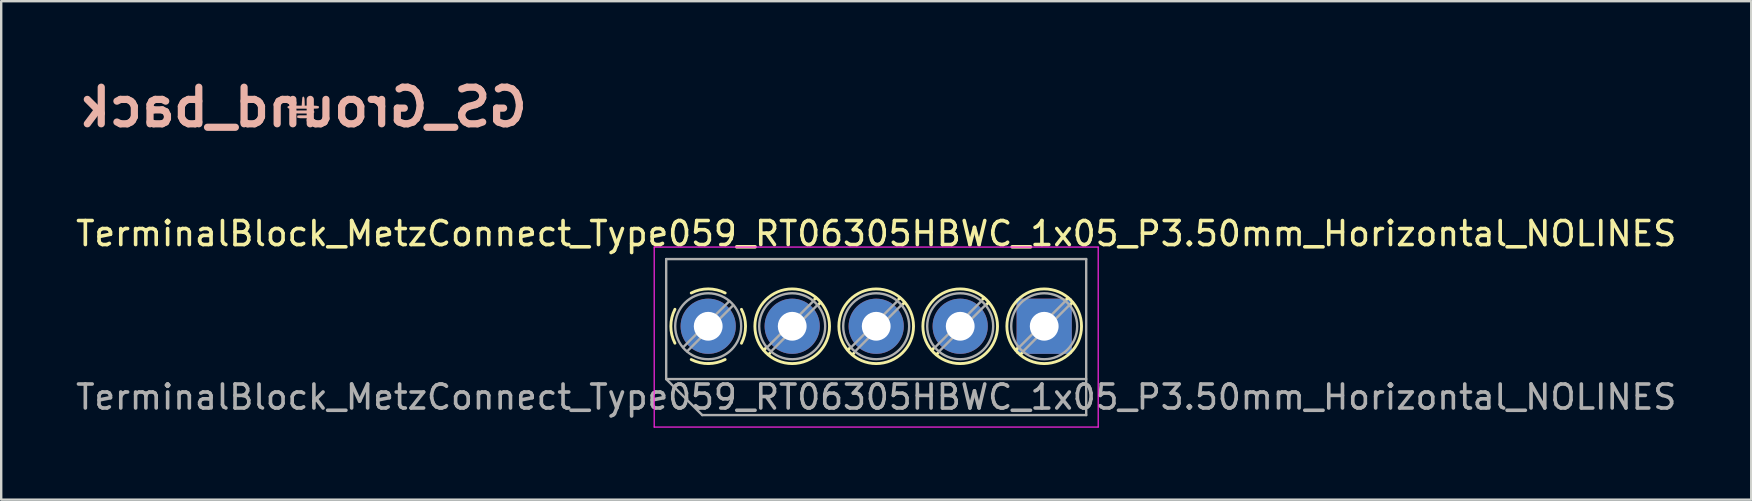
<source format=kicad_pcb>
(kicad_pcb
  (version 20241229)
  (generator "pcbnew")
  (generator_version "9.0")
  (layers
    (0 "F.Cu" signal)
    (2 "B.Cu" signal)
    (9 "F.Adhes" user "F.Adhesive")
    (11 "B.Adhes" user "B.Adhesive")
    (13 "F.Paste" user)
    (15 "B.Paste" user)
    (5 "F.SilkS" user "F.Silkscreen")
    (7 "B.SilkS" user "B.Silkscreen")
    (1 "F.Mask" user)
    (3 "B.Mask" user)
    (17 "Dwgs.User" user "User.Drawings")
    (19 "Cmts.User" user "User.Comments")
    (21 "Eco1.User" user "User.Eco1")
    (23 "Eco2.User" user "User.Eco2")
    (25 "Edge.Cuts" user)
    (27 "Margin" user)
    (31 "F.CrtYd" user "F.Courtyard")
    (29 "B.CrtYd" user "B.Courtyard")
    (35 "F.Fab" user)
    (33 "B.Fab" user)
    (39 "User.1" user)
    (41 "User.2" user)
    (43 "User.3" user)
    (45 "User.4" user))
  (footprint "GS_Ground_back"
    (layer "F.Cu")
    (at 9.587 1.418)
    (property "Reference" "GS_Ground_back" (at 0 0 0) (layer "B.SilkS") (effects (font (size 1.524 1.524) (thickness 0.3)) (justify mirror)))
    (attr through_hole)
    (fp_poly (pts (xy 0.121 0.34) (xy 0.196 0.344) (xy 0.236 0.354) (xy 0.252 0.373) (xy 0.254 0.395) (xy 0.25 0.422) (xy 0.23 0.439) (xy 0.184 0.447) (xy 0.1 0.451) (xy 0 0.452) (xy -0.121 0.451) (xy -0.196 0.446) (xy -0.236 0.436) (xy -0.252 0.417) (xy -0.254 0.395) (xy -0.25 0.368) (xy -0.23 0.352) (xy -0.184 0.343) (xy -0.1 0.339) (xy 0 0.339) (xy 0.121 0.34)) (stroke (width 0.01) (type solid)) (fill yes) (layer "B.SilkS"))
    (fp_poly (pts (xy 0.169 0.141) (xy 0.289 0.143) (xy 0.37 0.147) (xy 0.418 0.155) (xy 0.442 0.166) (xy 0.451 0.183) (xy 0.452 0.198) (xy 0.449 0.219) (xy 0.436 0.234) (xy 0.403 0.244) (xy 0.344 0.25) (xy 0.25 0.253) (xy 0.113 0.254) (xy 0 0.254) (xy -0.169 0.254) (xy -0.289 0.252) (xy -0.37 0.248) (xy -0.418 0.241) (xy -0.442 0.229) (xy -0.451 0.212) (xy -0.452 0.198) (xy -0.449 0.176) (xy -0.436 0.161) (xy -0.403 0.151) (xy -0.344 0.145) (xy -0.25 0.142) (xy -0.113 0.141) (xy 0 0.141) (xy 0.169 0.141)) (stroke (width 0.01) (type solid)) (fill yes) (layer "B.SilkS"))
    (fp_poly (pts (xy 0.024 -0.424) (xy 0.04 -0.377) (xy 0.049 -0.286) (xy 0.051 -0.247) (xy 0.059 -0.056) (xy 0.354 -0.056) (xy 0.486 -0.056) (xy 0.571 -0.052) (xy 0.62 -0.044) (xy 0.643 -0.03) (xy 0.649 -0.007) (xy 0.649 0) (xy 0.647 0.018) (xy 0.637 0.032) (xy 0.611 0.042) (xy 0.563 0.049) (xy 0.486 0.053) (xy 0.374 0.055) (xy 0.219 0.056) (xy 0.014 0.056) (xy 0 0.056) (xy -0.207 0.056) (xy -0.365 0.055) (xy -0.48 0.053) (xy -0.559 0.049) (xy -0.608 0.042) (xy -0.635 0.032) (xy -0.647 0.019) (xy -0.649 0.001) (xy -0.649 0) (xy -0.645 -0.025) (xy -0.628 -0.042) (xy -0.586 -0.051) (xy -0.509 -0.055) (xy -0.389 -0.056) (xy -0.354 -0.056) (xy -0.059 -0.056) (xy -0.051 -0.247) (xy -0.043 -0.353) (xy -0.03 -0.413) (xy -0.009 -0.436) (xy 0 -0.437) (xy 0.024 -0.424)) (stroke (width 0.01) (type solid)) (fill yes) (layer "B.SilkS")))
  (footprint "TerminalBlock_MetzConnect_Type059_RT06305HBWC_1x05_P3.50mm_Horizontal_NOLINES"
    (layer "F.Cu")
    (at 26.458 10.544)
    (property "Reference" "TerminalBlock_MetzConnect_Type059_RT06305HBWC_1x05_P3.50mm_Horizontal_NOLINES" (at 7 -3.86 0) (layer "F.SilkS") (effects (font (size 1 1) (thickness 0.15))))
    (attr through_hole)
    (fp_line (start 2.397 0.914) (end 2.321 0.99) (stroke (width 0.12) (type solid)) (layer "F.SilkS"))
    (fp_line (start 2.565 1.125) (end 2.511 1.18) (stroke (width 0.12) (type solid)) (layer "F.SilkS"))
    (fp_line (start 4.49 -1.18) (end 4.436 -1.126) (stroke (width 0.12) (type solid)) (layer "F.SilkS"))
    (fp_line (start 4.68 -0.99) (end 4.604 -0.914) (stroke (width 0.12) (type solid)) (layer "F.SilkS"))
    (fp_line (start 5.897 0.914) (end 5.821 0.99) (stroke (width 0.12) (type solid)) (layer "F.SilkS"))
    (fp_line (start 6.065 1.125) (end 6.011 1.18) (stroke (width 0.12) (type solid)) (layer "F.SilkS"))
    (fp_line (start 7.99 -1.18) (end 7.936 -1.126) (stroke (width 0.12) (type solid)) (layer "F.SilkS"))
    (fp_line (start 8.18 -0.99) (end 8.104 -0.914) (stroke (width 0.12) (type solid)) (layer "F.SilkS"))
    (fp_line (start 9.397 0.914) (end 9.321 0.99) (stroke (width 0.12) (type solid)) (layer "F.SilkS"))
    (fp_line (start 9.565 1.125) (end 9.511 1.18) (stroke (width 0.12) (type solid)) (layer "F.SilkS"))
    (fp_line (start 11.49 -1.18) (end 11.436 -1.126) (stroke (width 0.12) (type solid)) (layer "F.SilkS"))
    (fp_line (start 11.68 -0.99) (end 11.604 -0.914) (stroke (width 0.12) (type solid)) (layer "F.SilkS"))
    (fp_line (start 12.897 0.914) (end 12.821 0.99) (stroke (width 0.12) (type solid)) (layer "F.SilkS"))
    (fp_line (start 13.065 1.125) (end 13.011 1.18) (stroke (width 0.12) (type solid)) (layer "F.SilkS"))
    (fp_line (start 14.99 -1.18) (end 14.936 -1.126) (stroke (width 0.12) (type solid)) (layer "F.SilkS"))
    (fp_line (start 15.18 -0.99) (end 15.104 -0.914) (stroke (width 0.12) (type solid)) (layer "F.SilkS"))
    (fp_arc (start -1.386645 0.705733) (mid -1.555906 -0.000711) (end -1.386 -0.707) (stroke (width 0.12) (type solid)) (layer "F.SilkS"))
    (fp_arc (start -0.705733 -1.386645) (mid 0.000711 -1.555906) (end 0.707 -1.386) (stroke (width 0.12) (type solid)) (layer "F.SilkS"))
    (fp_arc (start 0.026444 1.555682) (mid -0.350695 1.515869) (end -0.707 1.386) (stroke (width 0.12) (type solid)) (layer "F.SilkS"))
    (fp_arc (start 0.705955 1.385515) (mid 0.363007 1.512035) (end 0 1.555) (stroke (width 0.12) (type solid)) (layer "F.SilkS"))
    (fp_arc (start 1.386645 -0.705733) (mid 1.555906 0.000711) (end 1.386 0.707) (stroke (width 0.12) (type solid)) (layer "F.SilkS"))
    (fp_circle (center 3.5 0) (end 5.055 0) (stroke (width 0.12) (type solid)) (fill no) (layer "F.SilkS"))
    (fp_circle (center 7 0) (end 8.555 0) (stroke (width 0.12) (type solid)) (fill no) (layer "F.SilkS"))
    (fp_circle (center 10.5 0) (end 12.055 0) (stroke (width 0.12) (type solid)) (fill no) (layer "F.SilkS"))
    (fp_circle (center 14 0) (end 15.555 0) (stroke (width 0.12) (type solid)) (fill no) (layer "F.SilkS"))
    (fp_line (start -2.25 -3.3) (end -2.25 4.2) (stroke (width 0.05) (type solid)) (layer "F.CrtYd"))
    (fp_line (start -2.25 4.2) (end 16.25 4.2) (stroke (width 0.05) (type solid)) (layer "F.CrtYd"))
    (fp_line (start 16.25 -3.3) (end -2.25 -3.3) (stroke (width 0.05) (type solid)) (layer "F.CrtYd"))
    (fp_line (start 16.25 4.2) (end 16.25 -3.3) (stroke (width 0.05) (type solid)) (layer "F.CrtYd"))
    (fp_line (start -1.75 -2.8) (end 15.75 -2.8) (stroke (width 0.1) (type solid)) (layer "F.Fab"))
    (fp_line (start -1.75 2.2) (end -1.75 -2.8) (stroke (width 0.1) (type solid)) (layer "F.Fab"))
    (fp_line (start -1.75 2.2) (end 15.75 2.2) (stroke (width 0.1) (type solid)) (layer "F.Fab"))
    (fp_line (start -0.25 3.7) (end -1.75 2.2) (stroke (width 0.1) (type solid)) (layer "F.Fab"))
    (fp_line (start 0.876 -1.043) (end -1.043 0.875) (stroke (width 0.1) (type solid)) (layer "F.Fab"))
    (fp_line (start 1.043 -0.875) (end -0.876 1.043) (stroke (width 0.1) (type solid)) (layer "F.Fab"))
    (fp_line (start 4.376 -1.043) (end 2.458 0.875) (stroke (width 0.1) (type solid)) (layer "F.Fab"))
    (fp_line (start 4.543 -0.875) (end 2.625 1.043) (stroke (width 0.1) (type solid)) (layer "F.Fab"))
    (fp_line (start 7.876 -1.043) (end 5.958 0.875) (stroke (width 0.1) (type solid)) (layer "F.Fab"))
    (fp_line (start 8.043 -0.875) (end 6.125 1.043) (stroke (width 0.1) (type solid)) (layer "F.Fab"))
    (fp_line (start 11.376 -1.043) (end 9.458 0.875) (stroke (width 0.1) (type solid)) (layer "F.Fab"))
    (fp_line (start 11.543 -0.875) (end 9.625 1.043) (stroke (width 0.1) (type solid)) (layer "F.Fab"))
    (fp_line (start 14.876 -1.043) (end 12.958 0.875) (stroke (width 0.1) (type solid)) (layer "F.Fab"))
    (fp_line (start 15.043 -0.875) (end 13.125 1.043) (stroke (width 0.1) (type solid)) (layer "F.Fab"))
    (fp_line (start 15.75 -2.8) (end 15.75 3.7) (stroke (width 0.1) (type solid)) (layer "F.Fab"))
    (fp_line (start 15.75 3.7) (end -0.25 3.7) (stroke (width 0.1) (type solid)) (layer "F.Fab"))
    (fp_circle (center 0 0) (end 1.375 0) (stroke (width 0.1) (type solid)) (fill no) (layer "F.Fab"))
    (fp_circle (center 3.5 0) (end 4.875 0) (stroke (width 0.1) (type solid)) (fill no) (layer "F.Fab"))
    (fp_circle (center 7 0) (end 8.375 0) (stroke (width 0.1) (type solid)) (fill no) (layer "F.Fab"))
    (fp_circle (center 10.5 0) (end 11.875 0) (stroke (width 0.1) (type solid)) (fill no) (layer "F.Fab"))
    (fp_circle (center 14 0) (end 15.375 0) (stroke (width 0.1) (type solid)) (fill no) (layer "F.Fab"))
    (fp_text user "${REFERENCE}" (at 7 2.95 0) (layer "F.Fab") (effects (font (size 1 1) (thickness 0.15))))
    (pad "1" thru_hole circle (at 0 0) (size 2.3 2.3) (drill 1.2) (layers "*.Cu" "*.Mask"))
    (pad "2" thru_hole circle (at 3.5 0) (size 2.3 2.3) (drill 1.2) (layers "*.Cu" "*.Mask"))
    (pad "3" thru_hole circle (at 7 0) (size 2.3 2.3) (drill 1.2) (layers "*.Cu" "*.Mask"))
    (pad "4" thru_hole circle (at 10.5 0) (size 2.3 2.3) (drill 1.2) (layers "*.Cu" "*.Mask"))
    (pad "5" thru_hole rect (at 14 0) (size 2.3 2.3) (drill 1.2) (layers "*.Cu" "*.Mask")))
  (gr_rect
    (start -3 -3)
    (end 69.917 17.769)
    (stroke (width 0.1) (type default))
    (fill no)
    (layer "Edge.Cuts")))
</source>
